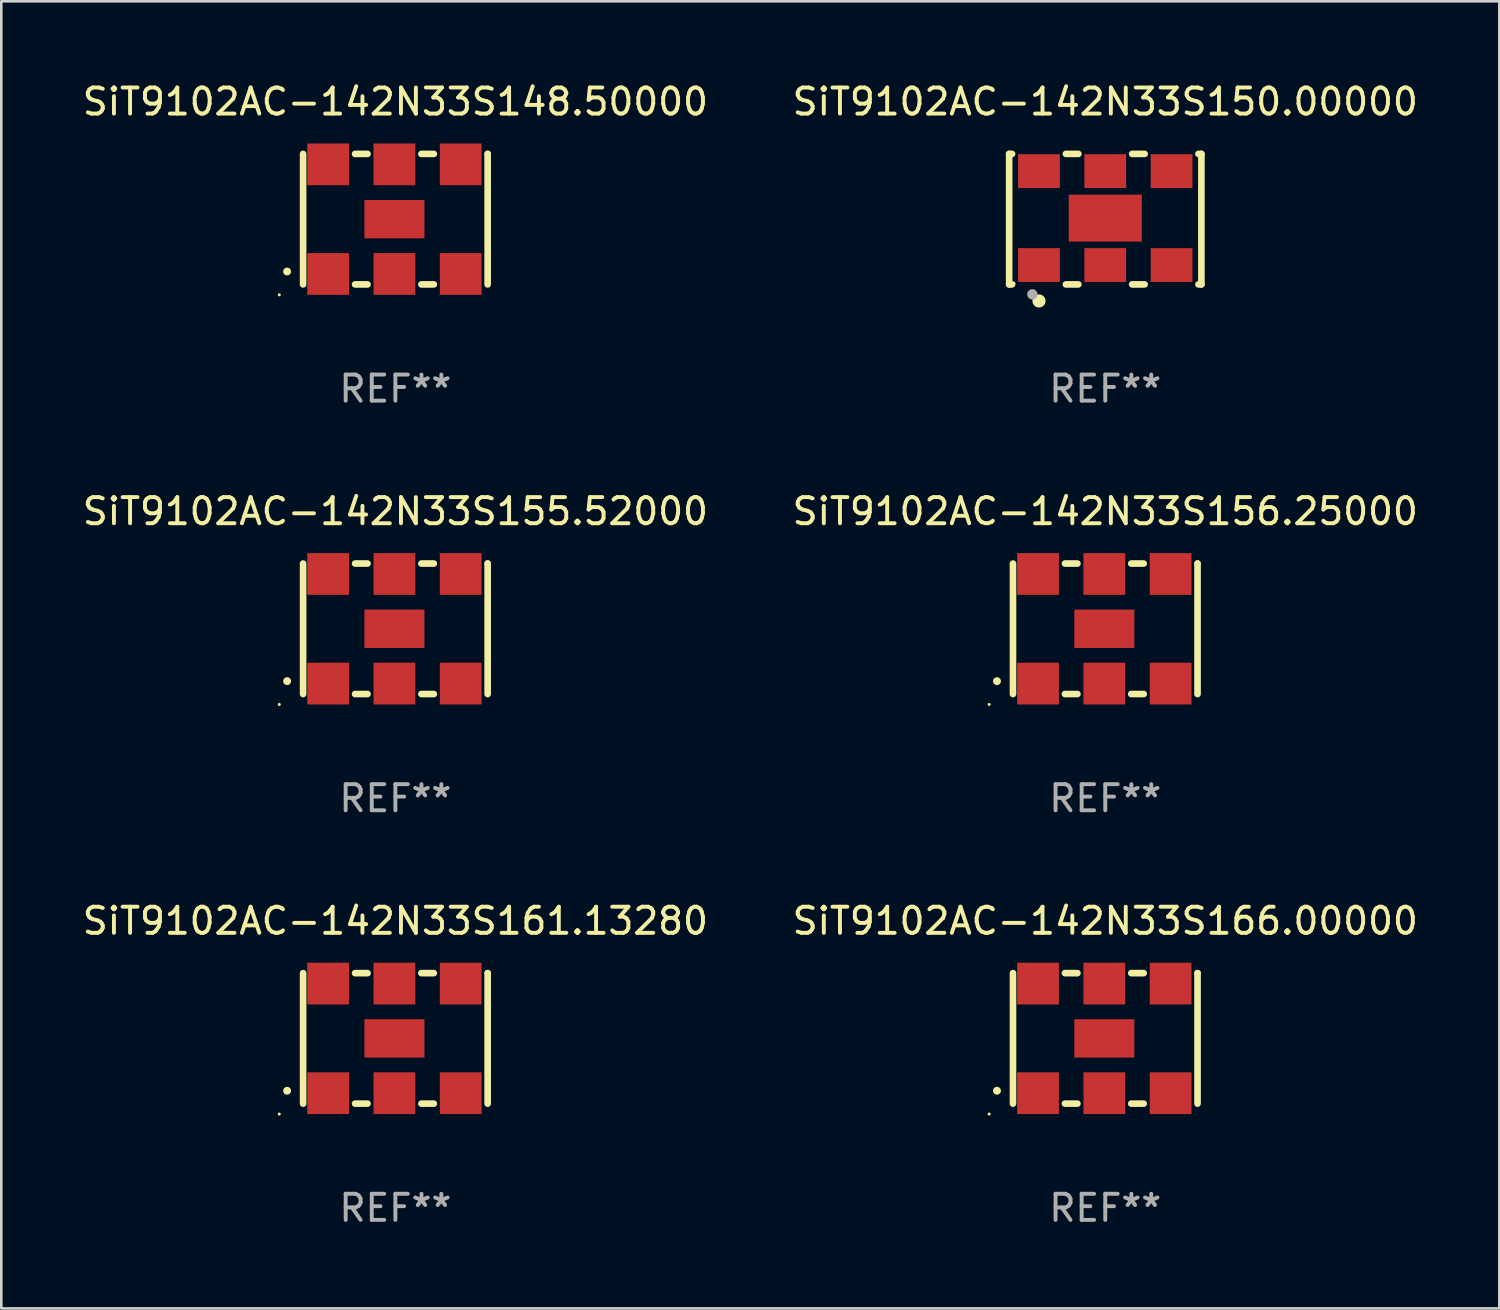
<source format=kicad_pcb>
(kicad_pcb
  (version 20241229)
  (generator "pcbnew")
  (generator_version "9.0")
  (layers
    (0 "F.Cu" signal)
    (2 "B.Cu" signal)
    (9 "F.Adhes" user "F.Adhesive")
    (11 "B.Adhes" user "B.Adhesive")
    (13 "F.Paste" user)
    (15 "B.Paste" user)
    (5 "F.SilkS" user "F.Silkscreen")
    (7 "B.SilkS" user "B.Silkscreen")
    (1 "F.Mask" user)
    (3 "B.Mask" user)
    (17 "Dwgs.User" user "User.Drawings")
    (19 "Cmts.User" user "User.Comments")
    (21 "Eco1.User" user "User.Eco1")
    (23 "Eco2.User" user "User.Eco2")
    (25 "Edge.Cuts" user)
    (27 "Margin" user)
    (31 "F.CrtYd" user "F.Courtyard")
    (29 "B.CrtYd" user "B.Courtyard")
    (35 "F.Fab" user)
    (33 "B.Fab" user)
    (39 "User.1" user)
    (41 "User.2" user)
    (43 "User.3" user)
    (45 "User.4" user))
  (footprint "SiT9102AC-142N33S161.13280"
    (layer "F.Cu")
    (at 12.101 36.741)
    (property "Reference" "SiT9102AC-142N33S161.13280" (at 0 -4.5 0) (layer "F.SilkS") (effects (font (size 1 1) (thickness 0.15))))
    (attr through_hole)
    (fp_line (start -3.536 -2.5) (end -3.536 2.5) (stroke (width 0.254) (type solid)) (layer "F.SilkS"))
    (fp_line (start -1.544 2.5) (end -1.067 2.5) (stroke (width 0.254) (type solid)) (layer "F.SilkS"))
    (fp_line (start -1.067 -2.5) (end -1.544 -2.5) (stroke (width 0.254) (type solid)) (layer "F.SilkS"))
    (fp_line (start 0.996 2.5) (end 1.473 2.5) (stroke (width 0.254) (type solid)) (layer "F.SilkS"))
    (fp_line (start 1.473 -2.5) (end 0.996 -2.5) (stroke (width 0.254) (type solid)) (layer "F.SilkS"))
    (fp_line (start 3.536 -2.5) (end 3.536 -2.5) (stroke (width 0.254) (type solid)) (layer "F.SilkS"))
    (fp_line (start 3.536 2.5) (end 3.536 -2.5) (stroke (width 0.254) (type solid)) (layer "F.SilkS"))
    (fp_arc (start -4.150432 2.006604) (mid -4.149162 2.006599) (end -4.147892 2.006604) (stroke (width 0.3) (type solid)) (layer "F.SilkS"))
    (fp_circle (center -4.449 2.9) (end -4.419 2.9) (stroke (width 0.06) (type solid)) (fill no) (layer "F.SilkS"))
    (fp_text user "REF**" (at 0 6.5 0) (layer "F.Fab") (effects (font (size 1 1) (thickness 0.15))))
    (pad "1" smd rect (at -2.576 2.1) (size 1.6 1.6) (layers "F.Cu" "F.Mask" "F.Paste"))
    (pad "2" smd rect (at -0.036 2.1) (size 1.6 1.6) (layers "F.Cu" "F.Mask" "F.Paste"))
    (pad "3" smd rect (at 2.504 2.1) (size 1.6 1.6) (layers "F.Cu" "F.Mask" "F.Paste"))
    (pad "4" smd rect (at 2.504 -2.1) (size 1.6 1.6) (layers "F.Cu" "F.Mask" "F.Paste"))
    (pad "5" smd rect (at -0.036 -2.1) (size 1.6 1.6) (layers "F.Cu" "F.Mask" "F.Paste"))
    (pad "6" smd rect (at -2.576 -2.1) (size 1.6 1.6) (layers "F.Cu" "F.Mask" "F.Paste"))
    (pad "7" smd rect (at -0.036 0) (size 2.3 1.47) (layers "F.Cu" "F.Mask" "F.Paste")))
  (footprint "SiT9102AC-142N33S155.52000"
    (layer "F.Cu")
    (at 12.101 21.045)
    (property "Reference" "SiT9102AC-142N33S155.52000" (at 0 -4.5 0) (layer "F.SilkS") (effects (font (size 1 1) (thickness 0.15))))
    (attr through_hole)
    (fp_line (start -3.536 -2.5) (end -3.536 2.5) (stroke (width 0.254) (type solid)) (layer "F.SilkS"))
    (fp_line (start -1.544 2.5) (end -1.067 2.5) (stroke (width 0.254) (type solid)) (layer "F.SilkS"))
    (fp_line (start -1.067 -2.5) (end -1.544 -2.5) (stroke (width 0.254) (type solid)) (layer "F.SilkS"))
    (fp_line (start 0.996 2.5) (end 1.473 2.5) (stroke (width 0.254) (type solid)) (layer "F.SilkS"))
    (fp_line (start 1.473 -2.5) (end 0.996 -2.5) (stroke (width 0.254) (type solid)) (layer "F.SilkS"))
    (fp_line (start 3.536 -2.5) (end 3.536 -2.5) (stroke (width 0.254) (type solid)) (layer "F.SilkS"))
    (fp_line (start 3.536 2.5) (end 3.536 -2.5) (stroke (width 0.254) (type solid)) (layer "F.SilkS"))
    (fp_arc (start -4.150432 2.006604) (mid -4.149162 2.006599) (end -4.147892 2.006604) (stroke (width 0.3) (type solid)) (layer "F.SilkS"))
    (fp_circle (center -4.449 2.9) (end -4.419 2.9) (stroke (width 0.06) (type solid)) (fill no) (layer "F.SilkS"))
    (fp_text user "REF**" (at 0 6.5 0) (layer "F.Fab") (effects (font (size 1 1) (thickness 0.15))))
    (pad "1" smd rect (at -2.576 2.1) (size 1.6 1.6) (layers "F.Cu" "F.Mask" "F.Paste"))
    (pad "2" smd rect (at -0.036 2.1) (size 1.6 1.6) (layers "F.Cu" "F.Mask" "F.Paste"))
    (pad "3" smd rect (at 2.504 2.1) (size 1.6 1.6) (layers "F.Cu" "F.Mask" "F.Paste"))
    (pad "4" smd rect (at 2.504 -2.1) (size 1.6 1.6) (layers "F.Cu" "F.Mask" "F.Paste"))
    (pad "5" smd rect (at -0.036 -2.1) (size 1.6 1.6) (layers "F.Cu" "F.Mask" "F.Paste"))
    (pad "6" smd rect (at -2.576 -2.1) (size 1.6 1.6) (layers "F.Cu" "F.Mask" "F.Paste"))
    (pad "7" smd rect (at -0.036 0) (size 2.3 1.47) (layers "F.Cu" "F.Mask" "F.Paste")))
  (footprint "SiT9102AC-142N33S156.25000"
    (layer "F.Cu")
    (at 39.304 21.045)
    (property "Reference" "SiT9102AC-142N33S156.25000" (at 0 -4.5 0) (layer "F.SilkS") (effects (font (size 1 1) (thickness 0.15))))
    (attr through_hole)
    (fp_line (start -3.536 -2.5) (end -3.536 2.5) (stroke (width 0.254) (type solid)) (layer "F.SilkS"))
    (fp_line (start -1.544 2.5) (end -1.067 2.5) (stroke (width 0.254) (type solid)) (layer "F.SilkS"))
    (fp_line (start -1.067 -2.5) (end -1.544 -2.5) (stroke (width 0.254) (type solid)) (layer "F.SilkS"))
    (fp_line (start 0.996 2.5) (end 1.473 2.5) (stroke (width 0.254) (type solid)) (layer "F.SilkS"))
    (fp_line (start 1.473 -2.5) (end 0.996 -2.5) (stroke (width 0.254) (type solid)) (layer "F.SilkS"))
    (fp_line (start 3.536 -2.5) (end 3.536 -2.5) (stroke (width 0.254) (type solid)) (layer "F.SilkS"))
    (fp_line (start 3.536 2.5) (end 3.536 -2.5) (stroke (width 0.254) (type solid)) (layer "F.SilkS"))
    (fp_arc (start -4.150432 2.006604) (mid -4.149162 2.006599) (end -4.147892 2.006604) (stroke (width 0.3) (type solid)) (layer "F.SilkS"))
    (fp_circle (center -4.449 2.9) (end -4.419 2.9) (stroke (width 0.06) (type solid)) (fill no) (layer "F.SilkS"))
    (fp_text user "REF**" (at 0 6.5 0) (layer "F.Fab") (effects (font (size 1 1) (thickness 0.15))))
    (pad "1" smd rect (at -2.576 2.1) (size 1.6 1.6) (layers "F.Cu" "F.Mask" "F.Paste"))
    (pad "2" smd rect (at -0.036 2.1) (size 1.6 1.6) (layers "F.Cu" "F.Mask" "F.Paste"))
    (pad "3" smd rect (at 2.504 2.1) (size 1.6 1.6) (layers "F.Cu" "F.Mask" "F.Paste"))
    (pad "4" smd rect (at 2.504 -2.1) (size 1.6 1.6) (layers "F.Cu" "F.Mask" "F.Paste"))
    (pad "5" smd rect (at -0.036 -2.1) (size 1.6 1.6) (layers "F.Cu" "F.Mask" "F.Paste"))
    (pad "6" smd rect (at -2.576 -2.1) (size 1.6 1.6) (layers "F.Cu" "F.Mask" "F.Paste"))
    (pad "7" smd rect (at -0.036 0) (size 2.3 1.47) (layers "F.Cu" "F.Mask" "F.Paste")))
  (footprint "SiT9102AC-142N33S148.50000"
    (layer "F.Cu")
    (at 12.101 5.348)
    (property "Reference" "SiT9102AC-142N33S148.50000" (at 0 -4.5 0) (layer "F.SilkS") (effects (font (size 1 1) (thickness 0.15))))
    (attr through_hole)
    (fp_line (start -3.536 -2.5) (end -3.536 2.5) (stroke (width 0.254) (type solid)) (layer "F.SilkS"))
    (fp_line (start -1.544 2.5) (end -1.067 2.5) (stroke (width 0.254) (type solid)) (layer "F.SilkS"))
    (fp_line (start -1.067 -2.5) (end -1.544 -2.5) (stroke (width 0.254) (type solid)) (layer "F.SilkS"))
    (fp_line (start 0.996 2.5) (end 1.473 2.5) (stroke (width 0.254) (type solid)) (layer "F.SilkS"))
    (fp_line (start 1.473 -2.5) (end 0.996 -2.5) (stroke (width 0.254) (type solid)) (layer "F.SilkS"))
    (fp_line (start 3.536 -2.5) (end 3.536 -2.5) (stroke (width 0.254) (type solid)) (layer "F.SilkS"))
    (fp_line (start 3.536 2.5) (end 3.536 -2.5) (stroke (width 0.254) (type solid)) (layer "F.SilkS"))
    (fp_arc (start -4.150432 2.006604) (mid -4.149162 2.006599) (end -4.147892 2.006604) (stroke (width 0.3) (type solid)) (layer "F.SilkS"))
    (fp_circle (center -4.449 2.9) (end -4.419 2.9) (stroke (width 0.06) (type solid)) (fill no) (layer "F.SilkS"))
    (fp_text user "REF**" (at 0 6.5 0) (layer "F.Fab") (effects (font (size 1 1) (thickness 0.15))))
    (pad "1" smd rect (at -2.576 2.1) (size 1.6 1.6) (layers "F.Cu" "F.Mask" "F.Paste"))
    (pad "2" smd rect (at -0.036 2.1) (size 1.6 1.6) (layers "F.Cu" "F.Mask" "F.Paste"))
    (pad "3" smd rect (at 2.504 2.1) (size 1.6 1.6) (layers "F.Cu" "F.Mask" "F.Paste"))
    (pad "4" smd rect (at 2.504 -2.1) (size 1.6 1.6) (layers "F.Cu" "F.Mask" "F.Paste"))
    (pad "5" smd rect (at -0.036 -2.1) (size 1.6 1.6) (layers "F.Cu" "F.Mask" "F.Paste"))
    (pad "6" smd rect (at -2.576 -2.1) (size 1.6 1.6) (layers "F.Cu" "F.Mask" "F.Paste"))
    (pad "7" smd rect (at -0.036 0) (size 2.3 1.47) (layers "F.Cu" "F.Mask" "F.Paste")))
  (footprint "SiT9102AC-142N33S150.00000"
    (layer "F.Cu")
    (at 39.304 5.348)
    (property "Reference" "SiT9102AC-142N33S150.00000" (at 0 -4.5 0) (layer "F.SilkS") (effects (font (size 1 1) (thickness 0.15))))
    (attr through_hole)
    (fp_line (start -3.683 -2.5) (end -3.571 -2.5) (stroke (width 0.254) (type solid)) (layer "F.SilkS"))
    (fp_line (start -3.683 2.5) (end -3.683 -2.5) (stroke (width 0.254) (type solid)) (layer "F.SilkS"))
    (fp_line (start -3.683 2.5) (end -3.571 2.5) (stroke (width 0.254) (type solid)) (layer "F.SilkS"))
    (fp_line (start -1.509 -2.5) (end -1.031 -2.5) (stroke (width 0.254) (type solid)) (layer "F.SilkS"))
    (fp_line (start -1.509 2.5) (end -1.031 2.5) (stroke (width 0.254) (type solid)) (layer "F.SilkS"))
    (fp_line (start 1.031 -2.5) (end 1.509 -2.5) (stroke (width 0.254) (type solid)) (layer "F.SilkS"))
    (fp_line (start 1.031 2.5) (end 1.509 2.5) (stroke (width 0.254) (type solid)) (layer "F.SilkS"))
    (fp_line (start 3.571 -2.5) (end 3.683 -2.5) (stroke (width 0.254) (type solid)) (layer "F.SilkS"))
    (fp_line (start 3.571 2.5) (end 3.683 2.5) (stroke (width 0.254) (type solid)) (layer "F.SilkS"))
    (fp_line (start 3.683 2.5) (end 3.683 -2.5) (stroke (width 0.254) (type solid)) (layer "F.SilkS"))
    (fp_circle (center -3.5 2.46) (end -3.47 2.46) (stroke (width 0.06) (type solid)) (fill no) (layer "F.SilkS"))
    (fp_circle (center -2.54 3.135) (end -2.413 3.135) (stroke (width 0.254) (type solid)) (fill no) (layer "F.SilkS"))
    (fp_circle (center -2.794 2.881) (end -2.694 2.881) (stroke (width 0.2) (type solid)) (fill no) (layer "F.Fab"))
    (fp_text user "REF**" (at 0 6.5 0) (layer "F.Fab") (effects (font (size 1 1) (thickness 0.15))))
    (pad "1" smd rect (at -2.54 1.76) (size 1.6 1.3) (layers "F.Cu" "F.Mask" "F.Paste"))
    (pad "2" smd rect (at 0 1.76) (size 1.6 1.3) (layers "F.Cu" "F.Mask" "F.Paste"))
    (pad "3" smd rect (at 2.54 1.76) (size 1.6 1.3) (layers "F.Cu" "F.Mask" "F.Paste"))
    (pad "4" smd rect (at 2.54 -1.84) (size 1.6 1.3) (layers "F.Cu" "F.Mask" "F.Paste"))
    (pad "5" smd rect (at 0 -1.84) (size 1.6 1.3) (layers "F.Cu" "F.Mask" "F.Paste"))
    (pad "6" smd rect (at -2.54 -1.84) (size 1.6 1.3) (layers "F.Cu" "F.Mask" "F.Paste"))
    (pad "7" smd rect (at 0 -0.04) (size 2.8 1.8) (layers "F.Cu" "F.Mask" "F.Paste")))
  (footprint "SiT9102AC-142N33S166.00000"
    (layer "F.Cu")
    (at 39.304 36.741)
    (property "Reference" "SiT9102AC-142N33S166.00000" (at 0 -4.5 0) (layer "F.SilkS") (effects (font (size 1 1) (thickness 0.15))))
    (attr through_hole)
    (fp_line (start -3.536 -2.5) (end -3.536 2.5) (stroke (width 0.254) (type solid)) (layer "F.SilkS"))
    (fp_line (start -1.544 2.5) (end -1.067 2.5) (stroke (width 0.254) (type solid)) (layer "F.SilkS"))
    (fp_line (start -1.067 -2.5) (end -1.544 -2.5) (stroke (width 0.254) (type solid)) (layer "F.SilkS"))
    (fp_line (start 0.996 2.5) (end 1.473 2.5) (stroke (width 0.254) (type solid)) (layer "F.SilkS"))
    (fp_line (start 1.473 -2.5) (end 0.996 -2.5) (stroke (width 0.254) (type solid)) (layer "F.SilkS"))
    (fp_line (start 3.536 -2.5) (end 3.536 -2.5) (stroke (width 0.254) (type solid)) (layer "F.SilkS"))
    (fp_line (start 3.536 2.5) (end 3.536 -2.5) (stroke (width 0.254) (type solid)) (layer "F.SilkS"))
    (fp_arc (start -4.150432 2.006604) (mid -4.149162 2.006599) (end -4.147892 2.006604) (stroke (width 0.3) (type solid)) (layer "F.SilkS"))
    (fp_circle (center -4.449 2.9) (end -4.419 2.9) (stroke (width 0.06) (type solid)) (fill no) (layer "F.SilkS"))
    (fp_text user "REF**" (at 0 6.5 0) (layer "F.Fab") (effects (font (size 1 1) (thickness 0.15))))
    (pad "1" smd rect (at -2.576 2.1) (size 1.6 1.6) (layers "F.Cu" "F.Mask" "F.Paste"))
    (pad "2" smd rect (at -0.036 2.1) (size 1.6 1.6) (layers "F.Cu" "F.Mask" "F.Paste"))
    (pad "3" smd rect (at 2.504 2.1) (size 1.6 1.6) (layers "F.Cu" "F.Mask" "F.Paste"))
    (pad "4" smd rect (at 2.504 -2.1) (size 1.6 1.6) (layers "F.Cu" "F.Mask" "F.Paste"))
    (pad "5" smd rect (at -0.036 -2.1) (size 1.6 1.6) (layers "F.Cu" "F.Mask" "F.Paste"))
    (pad "6" smd rect (at -2.576 -2.1) (size 1.6 1.6) (layers "F.Cu" "F.Mask" "F.Paste"))
    (pad "7" smd rect (at -0.036 0) (size 2.3 1.47) (layers "F.Cu" "F.Mask" "F.Paste")))
  (gr_rect
    (start -3 -3)
    (end 54.405 47.09)
    (stroke (width 0.1) (type default))
    (fill no)
    (layer "Edge.Cuts")))
</source>
